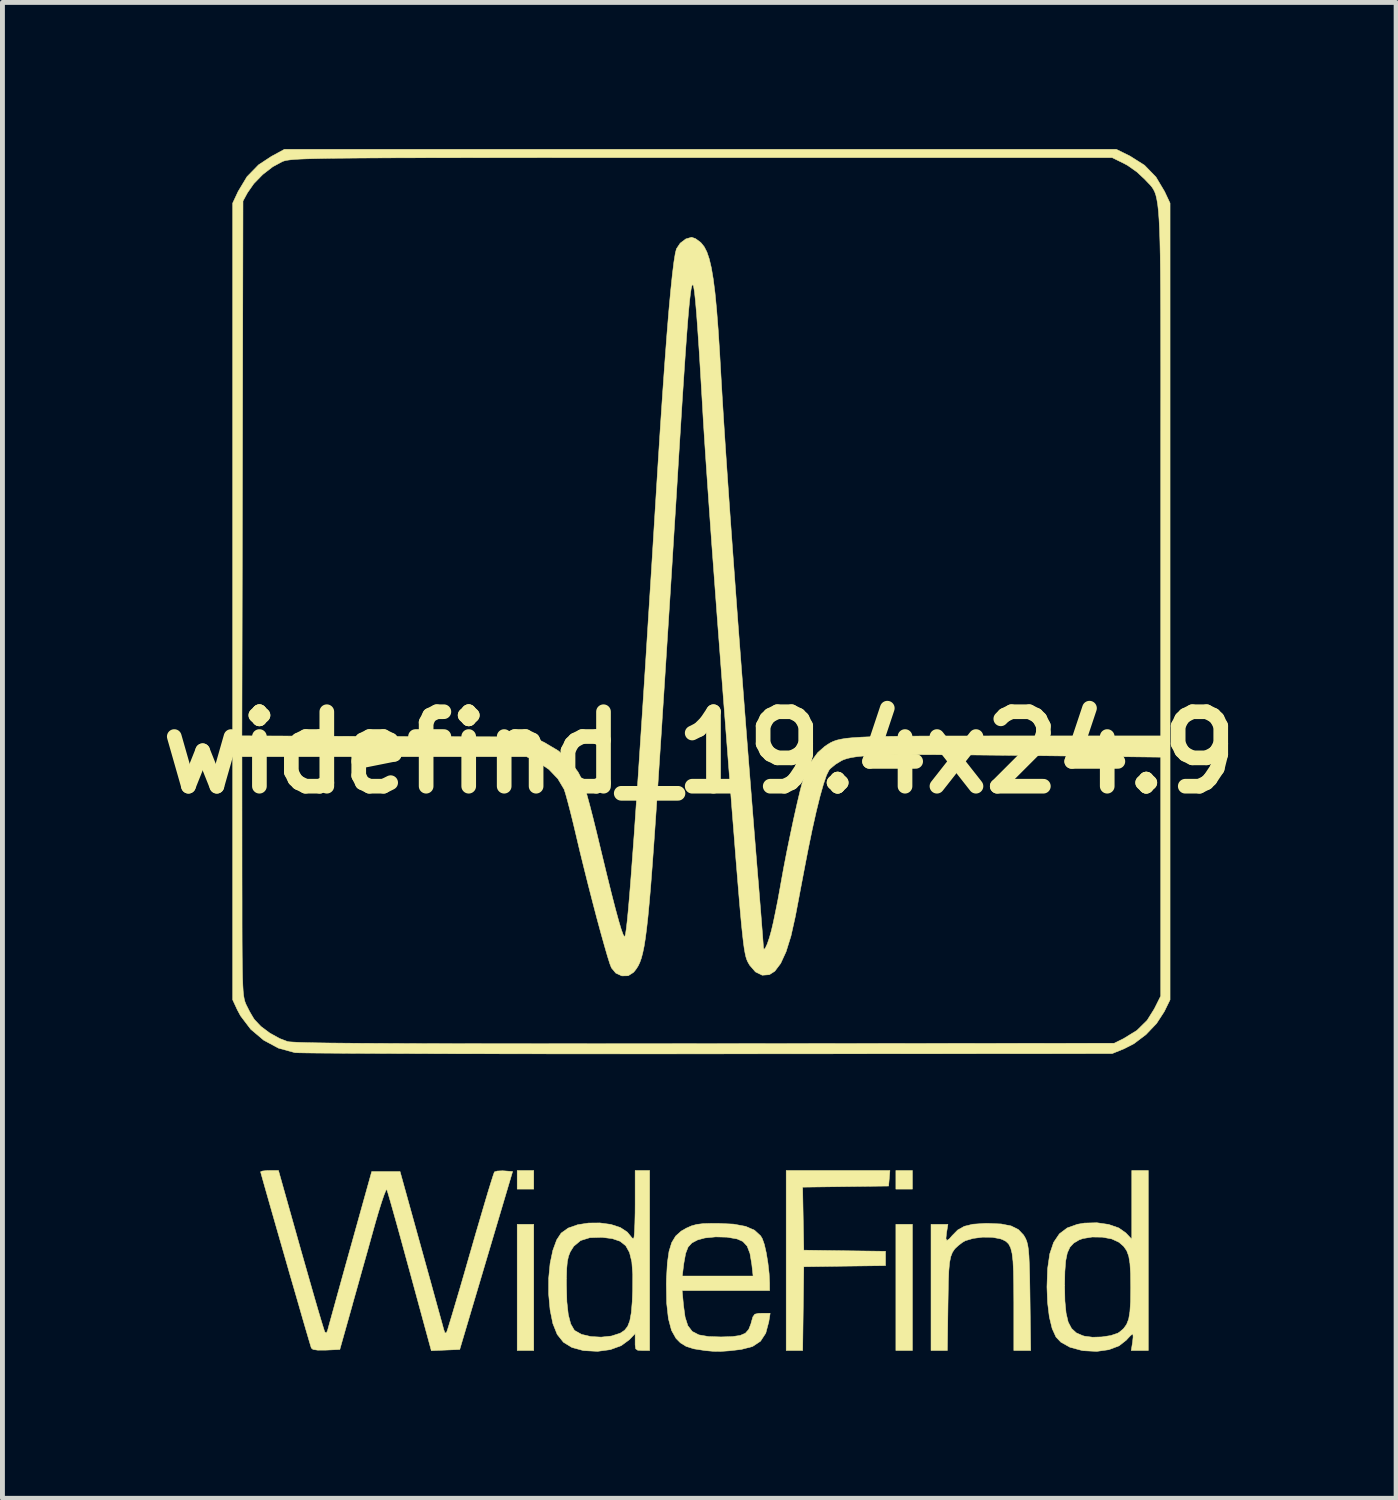
<source format=kicad_pcb>
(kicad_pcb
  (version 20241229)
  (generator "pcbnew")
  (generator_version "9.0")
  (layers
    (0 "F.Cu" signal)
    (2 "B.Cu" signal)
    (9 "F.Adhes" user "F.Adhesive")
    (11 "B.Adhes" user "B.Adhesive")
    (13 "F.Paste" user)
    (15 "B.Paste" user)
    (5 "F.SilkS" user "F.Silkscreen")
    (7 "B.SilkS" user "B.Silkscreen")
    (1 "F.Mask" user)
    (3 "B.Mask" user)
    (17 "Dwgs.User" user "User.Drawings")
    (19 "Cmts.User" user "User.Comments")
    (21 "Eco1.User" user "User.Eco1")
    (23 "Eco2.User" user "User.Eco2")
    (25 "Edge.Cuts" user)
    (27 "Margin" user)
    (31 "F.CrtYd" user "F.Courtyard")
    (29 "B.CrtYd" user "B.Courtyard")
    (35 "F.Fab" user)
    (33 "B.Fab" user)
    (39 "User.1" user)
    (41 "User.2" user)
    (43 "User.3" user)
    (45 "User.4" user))
  (footprint "widefind_19.4x24.9"
    (layer "F.Cu")
    (at 11.256 12.345)
    (property "Reference" "widefind_19.4x24.9" (at 0 0 0) (layer "F.SilkS") (effects (font (size 1.524 1.524) (thickness 0.3))))
    (attr through_hole)
    (fp_poly (pts (xy -3.387 8.932) (xy -3.725 8.932) (xy -3.725 8.551) (xy -3.387 8.551) (xy -3.387 8.932)) (stroke (width 0.01) (type solid)) (fill yes) (layer "F.SilkS"))
    (fp_poly (pts (xy -3.387 12.234) (xy -3.725 12.234) (xy -3.725 9.652) (xy -3.387 9.652) (xy -3.387 12.234)) (stroke (width 0.01) (type solid)) (fill yes) (layer "F.SilkS"))
    (fp_poly (pts (xy 4.36 8.932) (xy 4.022 8.932) (xy 4.022 8.551) (xy 4.36 8.551) (xy 4.36 8.932)) (stroke (width 0.01) (type solid)) (fill yes) (layer "F.SilkS"))
    (fp_poly (pts (xy 4.36 12.234) (xy 4.022 12.234) (xy 4.022 9.652) (xy 4.36 9.652) (xy 4.36 12.234)) (stroke (width 0.01) (type solid)) (fill yes) (layer "F.SilkS"))
    (fp_poly (pts (xy 3.887 8.71) (xy 3.873 8.869) (xy 2.994 8.88) (xy 2.114 8.892) (xy 2.138 10.181) (xy 2.974 10.193) (xy 3.81 10.204) (xy 3.81 10.497) (xy 2.974 10.508) (xy 2.138 10.52) (xy 2.115 12.234) (xy 1.778 12.234) (xy 1.778 8.551) (xy 3.9 8.551) (xy 3.887 8.71)) (stroke (width 0.01) (type solid)) (fill yes) (layer "F.SilkS"))
    (fp_poly (pts (xy 6.177 9.645) (xy 6.381 9.686) (xy 6.529 9.76) (xy 6.635 9.872) (xy 6.675 9.941) (xy 6.699 9.999) (xy 6.718 10.07) (xy 6.733 10.166) (xy 6.744 10.297) (xy 6.752 10.475) (xy 6.759 10.711) (xy 6.764 11.015) (xy 6.766 11.165) (xy 6.78 12.234) (xy 6.435 12.234) (xy 6.435 11.259) (xy 6.433 10.904) (xy 6.428 10.623) (xy 6.418 10.408) (xy 6.399 10.247) (xy 6.37 10.133) (xy 6.329 10.054) (xy 6.274 10.001) (xy 6.203 9.964) (xy 6.157 9.948) (xy 5.992 9.917) (xy 5.797 9.915) (xy 5.604 9.94) (xy 5.444 9.987) (xy 5.383 10.022) (xy 5.296 10.089) (xy 5.229 10.152) (xy 5.18 10.223) (xy 5.144 10.315) (xy 5.12 10.437) (xy 5.105 10.604) (xy 5.096 10.825) (xy 5.091 11.114) (xy 5.088 11.285) (xy 5.075 12.234) (xy 4.741 12.234) (xy 4.741 9.652) (xy 5.087 9.652) (xy 5.059 9.821) (xy 5.046 9.942) (xy 5.065 9.984) (xy 5.117 9.949) (xy 5.173 9.884) (xy 5.286 9.769) (xy 5.421 9.693) (xy 5.597 9.65) (xy 5.832 9.634) (xy 5.905 9.633) (xy 6.177 9.645)) (stroke (width 0.01) (type solid)) (fill yes) (layer "F.SilkS"))
    (fp_poly (pts (xy 9.186 12.234) (xy 8.837 12.234) (xy 8.864 12.065) (xy 8.875 11.96) (xy 8.872 11.9) (xy 8.867 11.896) (xy 8.826 11.925) (xy 8.757 11.998) (xy 8.738 12.02) (xy 8.588 12.138) (xy 8.379 12.217) (xy 8.131 12.252) (xy 7.861 12.238) (xy 7.828 12.233) (xy 7.583 12.167) (xy 7.396 12.062) (xy 7.297 11.957) (xy 7.219 11.785) (xy 7.161 11.545) (xy 7.125 11.249) (xy 7.113 10.935) (xy 7.114 10.901) (xy 7.474 10.901) (xy 7.48 11.221) (xy 7.504 11.468) (xy 7.547 11.652) (xy 7.616 11.783) (xy 7.713 11.873) (xy 7.844 11.93) (xy 7.883 11.941) (xy 8.047 11.962) (xy 8.236 11.956) (xy 8.418 11.928) (xy 8.56 11.88) (xy 8.594 11.859) (xy 8.68 11.786) (xy 8.742 11.7) (xy 8.785 11.589) (xy 8.81 11.436) (xy 8.823 11.228) (xy 8.826 10.951) (xy 8.826 10.943) (xy 8.823 10.665) (xy 8.811 10.457) (xy 8.786 10.304) (xy 8.744 10.191) (xy 8.682 10.103) (xy 8.595 10.027) (xy 8.583 10.018) (xy 8.438 9.951) (xy 8.246 9.915) (xy 8.038 9.912) (xy 7.848 9.943) (xy 7.768 9.972) (xy 7.661 10.036) (xy 7.583 10.12) (xy 7.529 10.237) (xy 7.496 10.4) (xy 7.479 10.621) (xy 7.474 10.901) (xy 7.114 10.901) (xy 7.126 10.559) (xy 7.17 10.257) (xy 7.249 10.022) (xy 7.367 9.847) (xy 7.527 9.726) (xy 7.734 9.652) (xy 7.877 9.627) (xy 8.134 9.62) (xy 8.376 9.655) (xy 8.581 9.726) (xy 8.728 9.829) (xy 8.729 9.831) (xy 8.848 9.957) (xy 8.848 8.551) (xy 9.186 8.551) (xy 9.186 12.234)) (stroke (width 0.01) (type solid)) (fill yes) (layer "F.SilkS"))
    (fp_poly (pts (xy -1.016 12.234) (xy -1.164 12.234) (xy -1.258 12.229) (xy -1.301 12.199) (xy -1.312 12.118) (xy -1.312 12.061) (xy -1.312 11.887) (xy -1.429 12.011) (xy -1.596 12.134) (xy -1.82 12.216) (xy -2.081 12.251) (xy -2.358 12.236) (xy -2.379 12.233) (xy -2.606 12.171) (xy -2.779 12.065) (xy -2.907 11.904) (xy -2.996 11.681) (xy -3.052 11.404) (xy -3.082 11.078) (xy -3.082 10.894) (xy -2.718 10.894) (xy -2.709 11.236) (xy -2.68 11.5) (xy -2.63 11.691) (xy -2.56 11.812) (xy -2.544 11.828) (xy -2.408 11.904) (xy -2.22 11.948) (xy -2.008 11.96) (xy -1.799 11.938) (xy -1.621 11.881) (xy -1.613 11.877) (xy -1.528 11.82) (xy -1.465 11.74) (xy -1.421 11.625) (xy -1.391 11.462) (xy -1.372 11.237) (xy -1.363 11.013) (xy -1.361 10.681) (xy -1.38 10.422) (xy -1.427 10.229) (xy -1.505 10.09) (xy -1.62 9.999) (xy -1.778 9.945) (xy -1.983 9.919) (xy -1.987 9.918) (xy -2.238 9.925) (xy -2.428 9.984) (xy -2.568 10.101) (xy -2.64 10.215) (xy -2.675 10.305) (xy -2.699 10.413) (xy -2.712 10.558) (xy -2.718 10.76) (xy -2.718 10.894) (xy -3.082 10.894) (xy -3.081 10.755) (xy -3.052 10.452) (xy -2.996 10.185) (xy -2.917 9.97) (xy -2.826 9.832) (xy -2.682 9.729) (xy -2.489 9.661) (xy -2.266 9.626) (xy -2.033 9.624) (xy -1.81 9.654) (xy -1.616 9.717) (xy -1.473 9.811) (xy -1.429 9.865) (xy -1.376 9.93) (xy -1.344 9.948) (xy -1.334 9.908) (xy -1.325 9.798) (xy -1.318 9.63) (xy -1.313 9.42) (xy -1.312 9.25) (xy -1.312 8.551) (xy -1.016 8.551) (xy -1.016 12.234)) (stroke (width 0.01) (type solid)) (fill yes) (layer "F.SilkS"))
    (fp_poly (pts (xy 0.701 9.648) (xy 0.948 9.694) (xy 1.13 9.773) (xy 1.254 9.887) (xy 1.289 9.945) (xy 1.331 10.063) (xy 1.371 10.239) (xy 1.405 10.448) (xy 1.429 10.663) (xy 1.438 10.848) (xy 1.439 11.007) (xy -0.351 11.007) (xy -0.323 11.31) (xy -0.29 11.552) (xy -0.234 11.726) (xy -0.144 11.844) (xy -0.008 11.914) (xy 0.188 11.948) (xy 0.445 11.956) (xy 0.675 11.949) (xy 0.836 11.926) (xy 0.943 11.88) (xy 1.011 11.803) (xy 1.056 11.689) (xy 1.063 11.661) (xy 1.096 11.546) (xy 1.136 11.491) (xy 1.209 11.474) (xy 1.28 11.472) (xy 1.45 11.472) (xy 1.422 11.646) (xy 1.36 11.879) (xy 1.252 12.044) (xy 1.089 12.152) (xy 0.861 12.211) (xy 0.841 12.214) (xy 0.614 12.24) (xy 0.439 12.252) (xy 0.284 12.25) (xy 0.117 12.235) (xy 0.106 12.233) (xy -0.112 12.199) (xy -0.268 12.15) (xy -0.386 12.077) (xy -0.476 11.986) (xy -0.568 11.822) (xy -0.632 11.582) (xy -0.667 11.267) (xy -0.674 10.873) (xy -0.671 10.75) (xy -0.668 10.71) (xy -0.348 10.71) (xy 1.101 10.71) (xy 1.074 10.467) (xy 1.037 10.248) (xy 0.979 10.098) (xy 0.891 10.003) (xy 0.773 9.951) (xy 0.567 9.915) (xy 0.335 9.909) (xy 0.115 9.931) (xy -0.036 9.972) (xy -0.151 10.033) (xy -0.229 10.118) (xy -0.279 10.247) (xy -0.314 10.439) (xy -0.319 10.471) (xy -0.348 10.71) (xy -0.668 10.71) (xy -0.653 10.442) (xy -0.619 10.205) (xy -0.564 10.026) (xy -0.483 9.892) (xy -0.37 9.791) (xy -0.262 9.729) (xy -0.157 9.683) (xy -0.051 9.654) (xy 0.079 9.638) (xy 0.258 9.633) (xy 0.381 9.633) (xy 0.701 9.648)) (stroke (width 0.01) (type solid)) (fill yes) (layer "F.SilkS"))
    (fp_poly (pts (xy -8.153 10.171) (xy -8.051 10.528) (xy -7.956 10.861) (xy -7.87 11.161) (xy -7.795 11.419) (xy -7.734 11.624) (xy -7.689 11.77) (xy -7.665 11.845) (xy -7.661 11.853) (xy -7.632 11.878) (xy -7.606 11.83) (xy -7.595 11.789) (xy -7.577 11.721) (xy -7.538 11.58) (xy -7.482 11.378) (xy -7.412 11.124) (xy -7.33 10.828) (xy -7.239 10.5) (xy -7.141 10.149) (xy -7.132 10.118) (xy -6.701 8.572) (xy -6.122 8.572) (xy -5.689 10.134) (xy -5.591 10.487) (xy -5.499 10.818) (xy -5.417 11.117) (xy -5.346 11.375) (xy -5.289 11.581) (xy -5.249 11.726) (xy -5.229 11.801) (xy -5.228 11.805) (xy -5.203 11.875) (xy -5.176 11.869) (xy -5.167 11.853) (xy -5.148 11.799) (xy -5.109 11.673) (xy -5.052 11.485) (xy -4.98 11.242) (xy -4.895 10.955) (xy -4.801 10.632) (xy -4.701 10.283) (xy -4.677 10.202) (xy -4.576 9.85) (xy -4.48 9.523) (xy -4.394 9.231) (xy -4.32 8.982) (xy -4.259 8.785) (xy -4.216 8.65) (xy -4.193 8.585) (xy -4.191 8.58) (xy -4.133 8.562) (xy -4.025 8.557) (xy -3.989 8.559) (xy -3.819 8.572) (xy -4.901 12.213) (xy -5.192 12.225) (xy -5.482 12.237) (xy -5.923 10.617) (xy -6.021 10.259) (xy -6.112 9.926) (xy -6.195 9.626) (xy -6.267 9.37) (xy -6.325 9.165) (xy -6.367 9.021) (xy -6.39 8.947) (xy -6.392 8.94) (xy -6.412 8.96) (xy -6.449 9.051) (xy -6.5 9.2) (xy -6.561 9.395) (xy -6.626 9.617) (xy -6.703 9.893) (xy -6.795 10.224) (xy -6.896 10.581) (xy -6.996 10.938) (xy -7.089 11.268) (xy -7.092 11.282) (xy -7.354 12.213) (xy -7.636 12.226) (xy -7.805 12.227) (xy -7.902 12.212) (xy -7.937 12.183) (xy -7.955 12.124) (xy -7.993 11.996) (xy -8.048 11.809) (xy -8.117 11.572) (xy -8.196 11.297) (xy -8.284 10.993) (xy -8.378 10.67) (xy -8.473 10.338) (xy -8.568 10.008) (xy -8.66 9.688) (xy -8.745 9.391) (xy -8.821 9.125) (xy -8.885 8.9) (xy -8.934 8.727) (xy -8.965 8.616) (xy -8.975 8.577) (xy -8.937 8.562) (xy -8.842 8.552) (xy -8.792 8.551) (xy -8.609 8.551) (xy -8.153 10.171)) (stroke (width 0.01) (type solid)) (fill yes) (layer "F.SilkS"))
    (fp_poly (pts (xy 8.812 -12.202) (xy 9.108 -12.015) (xy 9.343 -11.773) (xy 9.519 -11.477) (xy 9.631 -11.239) (xy 9.631 5.059) (xy 9.513 5.3) (xy 9.356 5.542) (xy 9.14 5.769) (xy 8.892 5.957) (xy 8.689 6.061) (xy 8.445 6.16) (xy 0.191 6.165) (xy -0.642 6.166) (xy -1.454 6.166) (xy -2.241 6.165) (xy -2.998 6.165) (xy -3.722 6.164) (xy -4.408 6.163) (xy -5.053 6.162) (xy -5.651 6.16) (xy -6.198 6.158) (xy -6.692 6.156) (xy -7.126 6.154) (xy -7.498 6.151) (xy -7.802 6.149) (xy -8.035 6.146) (xy -8.193 6.143) (xy -8.271 6.14) (xy -8.276 6.139) (xy -8.607 6.049) (xy -8.912 5.885) (xy -9.177 5.661) (xy -9.385 5.387) (xy -9.452 5.262) (xy -9.546 5.059) (xy -9.546 0.085) (xy -9.356 0.085) (xy -9.355 2.529) (xy -9.354 3.047) (xy -9.354 3.487) (xy -9.353 3.856) (xy -9.351 4.161) (xy -9.348 4.409) (xy -9.344 4.608) (xy -9.338 4.763) (xy -9.331 4.882) (xy -9.322 4.971) (xy -9.31 5.039) (xy -9.297 5.091) (xy -9.281 5.134) (xy -9.271 5.157) (xy -9.199 5.3) (xy -9.121 5.433) (xy -9.1 5.464) (xy -8.969 5.603) (xy -8.787 5.739) (xy -8.585 5.851) (xy -8.425 5.912) (xy -8.383 5.919) (xy -8.305 5.924) (xy -8.188 5.93) (xy -8.03 5.935) (xy -7.827 5.939) (xy -7.576 5.943) (xy -7.275 5.946) (xy -6.92 5.949) (xy -6.51 5.951) (xy -6.04 5.953) (xy -5.509 5.955) (xy -4.913 5.956) (xy -4.249 5.957) (xy -3.515 5.957) (xy -2.707 5.958) (xy -1.823 5.957) (xy -0.861 5.957) (xy 0.127 5.956) (xy 8.488 5.948) (xy 8.678 5.854) (xy 8.953 5.685) (xy 9.162 5.479) (xy 9.31 5.242) (xy 9.44 4.982) (xy 9.44 0.095) (xy 6.826 0.063) (xy 6.178 0.056) (xy 5.608 0.05) (xy 5.112 0.046) (xy 4.683 0.044) (xy 4.317 0.045) (xy 4.008 0.047) (xy 3.75 0.053) (xy 3.537 0.061) (xy 3.363 0.071) (xy 3.224 0.085) (xy 3.114 0.102) (xy 3.027 0.122) (xy 2.957 0.145) (xy 2.914 0.164) (xy 2.786 0.242) (xy 2.681 0.329) (xy 2.655 0.36) (xy 2.603 0.464) (xy 2.541 0.645) (xy 2.47 0.895) (xy 2.393 1.207) (xy 2.311 1.573) (xy 2.226 1.987) (xy 2.18 2.223) (xy 2.127 2.5) (xy 2.075 2.774) (xy 2.028 3.023) (xy 1.989 3.228) (xy 1.965 3.354) (xy 1.876 3.753) (xy 1.776 4.074) (xy 1.665 4.315) (xy 1.545 4.474) (xy 1.434 4.545) (xy 1.288 4.556) (xy 1.149 4.488) (xy 1.029 4.349) (xy 0.988 4.276) (xy 0.97 4.233) (xy 0.953 4.179) (xy 0.937 4.107) (xy 0.92 4.013) (xy 0.903 3.889) (xy 0.885 3.729) (xy 0.864 3.529) (xy 0.841 3.28) (xy 0.815 2.979) (xy 0.785 2.618) (xy 0.75 2.191) (xy 0.711 1.692) (xy 0.665 1.116) (xy 0.659 1.037) (xy 0.576 -0.038) (xy 0.499 -1.031) (xy 0.429 -1.946) (xy 0.365 -2.786) (xy 0.308 -3.554) (xy 0.256 -4.252) (xy 0.211 -4.884) (xy 0.171 -5.453) (xy 0.136 -5.962) (xy 0.106 -6.414) (xy 0.081 -6.811) (xy 0.065 -7.091) (xy 0.03 -7.684) (xy -0.001 -8.194) (xy -0.03 -8.621) (xy -0.055 -8.968) (xy -0.078 -9.234) (xy -0.098 -9.422) (xy -0.116 -9.532) (xy -0.125 -9.561) (xy -0.138 -9.57) (xy -0.152 -9.547) (xy -0.166 -9.487) (xy -0.181 -9.387) (xy -0.198 -9.242) (xy -0.217 -9.048) (xy -0.238 -8.8) (xy -0.261 -8.496) (xy -0.287 -8.13) (xy -0.316 -7.697) (xy -0.349 -7.195) (xy -0.385 -6.619) (xy -0.426 -5.965) (xy -0.446 -5.63) (xy -0.479 -5.094) (xy -0.517 -4.494) (xy -0.557 -3.848) (xy -0.599 -3.179) (xy -0.642 -2.505) (xy -0.684 -1.846) (xy -0.724 -1.223) (xy -0.761 -0.655) (xy -0.763 -0.614) (xy -0.812 0.128) (xy -0.855 0.789) (xy -0.895 1.376) (xy -0.931 1.893) (xy -0.964 2.345) (xy -0.994 2.737) (xy -1.023 3.074) (xy -1.05 3.36) (xy -1.077 3.601) (xy -1.103 3.802) (xy -1.129 3.966) (xy -1.157 4.1) (xy -1.185 4.207) (xy -1.216 4.294) (xy -1.249 4.364) (xy -1.286 4.423) (xy -1.326 4.475) (xy -1.346 4.498) (xy -1.454 4.567) (xy -1.584 4.57) (xy -1.708 4.513) (xy -1.797 4.406) (xy -1.829 4.324) (xy -1.878 4.169) (xy -1.94 3.955) (xy -2.014 3.691) (xy -2.096 3.389) (xy -2.182 3.06) (xy -2.271 2.714) (xy -2.359 2.362) (xy -2.444 2.017) (xy -2.517 1.707) (xy -2.579 1.446) (xy -2.639 1.204) (xy -2.693 0.998) (xy -2.736 0.843) (xy -2.765 0.753) (xy -2.766 0.751) (xy -2.893 0.538) (xy -3.077 0.345) (xy -3.293 0.199) (xy -3.323 0.184) (xy -3.535 0.085) (xy -6.445 0.085) (xy -9.356 0.085) (xy -9.546 0.085) (xy -9.546 -0.341) (xy -9.357 -0.341) (xy -6.382 -0.329) (xy -3.408 -0.318) (xy -3.17 -0.206) (xy -2.883 -0.035) (xy -2.641 0.183) (xy -2.481 0.398) (xy -2.437 0.481) (xy -2.394 0.58) (xy -2.349 0.705) (xy -2.299 0.865) (xy -2.243 1.07) (xy -2.176 1.329) (xy -2.096 1.653) (xy -2.01 2.011) (xy -1.895 2.487) (xy -1.797 2.883) (xy -1.715 3.201) (xy -1.648 3.446) (xy -1.596 3.62) (xy -1.557 3.726) (xy -1.531 3.766) (xy -1.522 3.761) (xy -1.509 3.712) (xy -1.493 3.606) (xy -1.474 3.441) (xy -1.452 3.215) (xy -1.427 2.927) (xy -1.399 2.575) (xy -1.368 2.157) (xy -1.332 1.672) (xy -1.294 1.117) (xy -1.251 0.492) (xy -1.205 -0.207) (xy -1.154 -0.979) (xy -1.099 -1.828) (xy -1.041 -2.755) (xy -0.977 -3.761) (xy -0.91 -4.849) (xy -0.847 -5.863) (xy -0.798 -6.633) (xy -0.751 -7.337) (xy -0.706 -7.971) (xy -0.664 -8.534) (xy -0.624 -9.025) (xy -0.586 -9.44) (xy -0.551 -9.779) (xy -0.519 -10.038) (xy -0.49 -10.217) (xy -0.467 -10.305) (xy -0.39 -10.42) (xy -0.275 -10.507) (xy -0.157 -10.541) (xy -0.077 -10.513) (xy 0.02 -10.442) (xy 0.04 -10.423) (xy 0.102 -10.345) (xy 0.156 -10.239) (xy 0.204 -10.098) (xy 0.247 -9.916) (xy 0.286 -9.685) (xy 0.322 -9.401) (xy 0.355 -9.057) (xy 0.387 -8.646) (xy 0.418 -8.162) (xy 0.445 -7.684) (xy 0.469 -7.276) (xy 0.499 -6.792) (xy 0.535 -6.237) (xy 0.577 -5.619) (xy 0.624 -4.945) (xy 0.676 -4.221) (xy 0.732 -3.456) (xy 0.791 -2.656) (xy 0.854 -1.827) (xy 0.919 -0.978) (xy 0.986 -0.114) (xy 1.055 0.756) (xy 1.124 1.626) (xy 1.194 2.489) (xy 1.208 2.652) (xy 1.234 2.974) (xy 1.258 3.269) (xy 1.278 3.528) (xy 1.295 3.739) (xy 1.306 3.891) (xy 1.312 3.973) (xy 1.312 3.984) (xy 1.323 4.028) (xy 1.35 4.002) (xy 1.39 3.918) (xy 1.435 3.786) (xy 1.476 3.639) (xy 1.513 3.481) (xy 1.558 3.265) (xy 1.608 3.015) (xy 1.655 2.756) (xy 1.67 2.671) (xy 1.727 2.356) (xy 1.792 2.02) (xy 1.862 1.68) (xy 1.932 1.351) (xy 2 1.048) (xy 2.062 0.787) (xy 2.115 0.583) (xy 2.144 0.487) (xy 2.262 0.222) (xy 2.423 0.002) (xy 2.567 -0.125) (xy 2.625 -0.164) (xy 2.68 -0.198) (xy 2.74 -0.227) (xy 2.81 -0.252) (xy 2.896 -0.272) (xy 3.003 -0.29) (xy 3.139 -0.303) (xy 3.309 -0.314) (xy 3.519 -0.323) (xy 3.774 -0.329) (xy 4.082 -0.333) (xy 4.447 -0.336) (xy 4.876 -0.338) (xy 5.374 -0.338) (xy 5.948 -0.339) (xy 6.272 -0.339) (xy 9.44 -0.339) (xy 9.44 -5.729) (xy 9.44 -6.533) (xy 9.441 -7.258) (xy 9.441 -7.907) (xy 9.44 -8.484) (xy 9.439 -8.994) (xy 9.437 -9.443) (xy 9.434 -9.833) (xy 9.43 -10.169) (xy 9.424 -10.457) (xy 9.416 -10.7) (xy 9.406 -10.903) (xy 9.394 -11.07) (xy 9.379 -11.205) (xy 9.361 -11.314) (xy 9.341 -11.401) (xy 9.317 -11.47) (xy 9.289 -11.525) (xy 9.258 -11.571) (xy 9.223 -11.613) (xy 9.183 -11.654) (xy 9.139 -11.7) (xy 9.117 -11.724) (xy 8.953 -11.877) (xy 8.763 -12.011) (xy 8.687 -12.052) (xy 8.445 -12.171) (xy 0.064 -12.171) (xy -0.927 -12.171) (xy -1.837 -12.171) (xy -2.669 -12.171) (xy -3.427 -12.17) (xy -4.115 -12.17) (xy -4.736 -12.169) (xy -5.293 -12.168) (xy -5.791 -12.167) (xy -6.233 -12.166) (xy -6.622 -12.164) (xy -6.962 -12.162) (xy -7.256 -12.159) (xy -7.508 -12.157) (xy -7.723 -12.153) (xy -7.902 -12.149) (xy -8.05 -12.145) (xy -8.17 -12.14) (xy -8.267 -12.134) (xy -8.342 -12.128) (xy -8.401 -12.121) (xy -8.446 -12.114) (xy -8.481 -12.106) (xy -8.51 -12.097) (xy -8.529 -12.09) (xy -8.727 -11.983) (xy -8.932 -11.824) (xy -9.113 -11.638) (xy -9.243 -11.452) (xy -9.335 -11.282) (xy -9.346 -5.812) (xy -9.357 -0.341) (xy -9.546 -0.341) (xy -9.546 -11.239) (xy -9.435 -11.477) (xy -9.253 -11.78) (xy -9.016 -12.023) (xy -8.753 -12.196) (xy -8.488 -12.34) (xy 8.532 -12.34) (xy 8.812 -12.202)) (stroke (width 0.01) (type solid)) (fill yes) (layer "F.SilkS")))
  (gr_rect
    (start -3 -3)
    (end 25.512 27.602)
    (stroke (width 0.1) (type default))
    (fill no)
    (layer "Edge.Cuts")))
</source>
